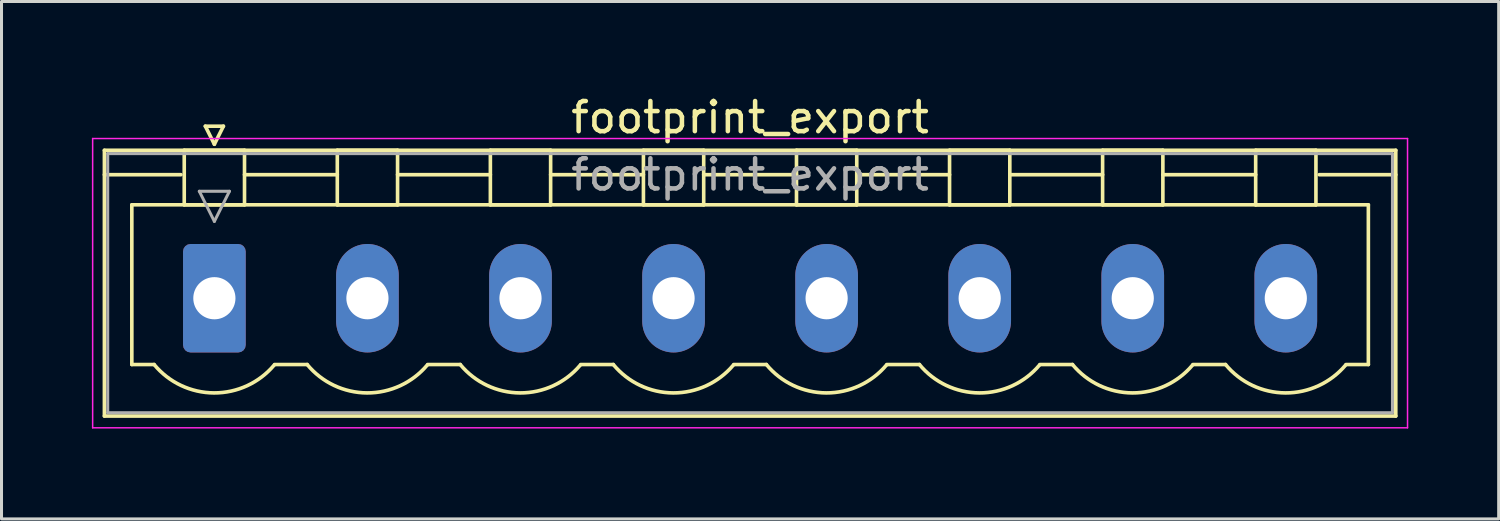
<source format=kicad_pcb>
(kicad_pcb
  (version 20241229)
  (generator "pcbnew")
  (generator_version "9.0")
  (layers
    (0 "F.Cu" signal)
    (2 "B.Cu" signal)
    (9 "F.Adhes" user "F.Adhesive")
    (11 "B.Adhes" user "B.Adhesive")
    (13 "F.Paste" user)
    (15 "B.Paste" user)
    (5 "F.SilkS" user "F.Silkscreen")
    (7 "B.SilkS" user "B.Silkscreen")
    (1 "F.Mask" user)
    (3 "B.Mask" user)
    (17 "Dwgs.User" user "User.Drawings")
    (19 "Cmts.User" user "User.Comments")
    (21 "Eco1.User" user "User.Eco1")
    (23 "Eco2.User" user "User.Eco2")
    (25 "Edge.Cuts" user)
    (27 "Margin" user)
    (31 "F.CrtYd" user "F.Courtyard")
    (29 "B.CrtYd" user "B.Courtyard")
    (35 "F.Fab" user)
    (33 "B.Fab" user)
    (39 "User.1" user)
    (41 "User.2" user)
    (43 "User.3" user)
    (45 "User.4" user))
  (footprint "footprint_export"
    (layer "F.Cu")
    (at 4.065 6.848)
    (property "Reference" "footprint_export" (at 17.78 -6 0) (layer "F.SilkS") (effects (font (size 1 1) (thickness 0.15))))
    (attr through_hole)
    (fp_line (start -3.65 -4.91) (end -3.65 3.91) (stroke (width 0.12) (type solid)) (layer "F.SilkS"))
    (fp_line (start -3.65 -4.1) (end -1.11 -4.1) (stroke (width 0.12) (type solid)) (layer "F.SilkS"))
    (fp_line (start -3.65 3.91) (end 39.21 3.91) (stroke (width 0.12) (type solid)) (layer "F.SilkS"))
    (fp_line (start -2.74 -3.1) (end 38.3 -3.1) (stroke (width 0.12) (type solid)) (layer "F.SilkS"))
    (fp_line (start -2.74 2.2) (end -2.74 -3.1) (stroke (width 0.12) (type solid)) (layer "F.SilkS"))
    (fp_line (start -2 2.2) (end -2.74 2.2) (stroke (width 0.12) (type solid)) (layer "F.SilkS"))
    (fp_line (start -1 -4.91) (end 1 -4.91) (stroke (width 0.12) (type solid)) (layer "F.SilkS"))
    (fp_line (start -1 -3.1) (end -1 -4.91) (stroke (width 0.12) (type solid)) (layer "F.SilkS"))
    (fp_line (start -0.3 -5.71) (end 0.3 -5.71) (stroke (width 0.12) (type solid)) (layer "F.SilkS"))
    (fp_line (start 0 -5.11) (end -0.3 -5.71) (stroke (width 0.12) (type solid)) (layer "F.SilkS"))
    (fp_line (start 0.3 -5.71) (end 0 -5.11) (stroke (width 0.12) (type solid)) (layer "F.SilkS"))
    (fp_line (start 1 -4.91) (end 1 -3.1) (stroke (width 0.12) (type solid)) (layer "F.SilkS"))
    (fp_line (start 1 -4.1) (end 4.08 -4.1) (stroke (width 0.12) (type solid)) (layer "F.SilkS"))
    (fp_line (start 1 -3.1) (end -1 -3.1) (stroke (width 0.12) (type solid)) (layer "F.SilkS"))
    (fp_line (start 2 2.2) (end 3.08 2.2) (stroke (width 0.12) (type solid)) (layer "F.SilkS"))
    (fp_line (start 4.08 -4.91) (end 6.08 -4.91) (stroke (width 0.12) (type solid)) (layer "F.SilkS"))
    (fp_line (start 4.08 -3.1) (end 4.08 -4.91) (stroke (width 0.12) (type solid)) (layer "F.SilkS"))
    (fp_line (start 6.08 -4.91) (end 6.08 -3.1) (stroke (width 0.12) (type solid)) (layer "F.SilkS"))
    (fp_line (start 6.08 -4.1) (end 9.16 -4.1) (stroke (width 0.12) (type solid)) (layer "F.SilkS"))
    (fp_line (start 6.08 -3.1) (end 4.08 -3.1) (stroke (width 0.12) (type solid)) (layer "F.SilkS"))
    (fp_line (start 7.08 2.2) (end 8.16 2.2) (stroke (width 0.12) (type solid)) (layer "F.SilkS"))
    (fp_line (start 9.16 -4.91) (end 11.16 -4.91) (stroke (width 0.12) (type solid)) (layer "F.SilkS"))
    (fp_line (start 9.16 -3.1) (end 9.16 -4.91) (stroke (width 0.12) (type solid)) (layer "F.SilkS"))
    (fp_line (start 11.16 -4.91) (end 11.16 -3.1) (stroke (width 0.12) (type solid)) (layer "F.SilkS"))
    (fp_line (start 11.16 -4.1) (end 14.24 -4.1) (stroke (width 0.12) (type solid)) (layer "F.SilkS"))
    (fp_line (start 11.16 -3.1) (end 9.16 -3.1) (stroke (width 0.12) (type solid)) (layer "F.SilkS"))
    (fp_line (start 12.16 2.2) (end 13.24 2.2) (stroke (width 0.12) (type solid)) (layer "F.SilkS"))
    (fp_line (start 14.24 -4.91) (end 16.24 -4.91) (stroke (width 0.12) (type solid)) (layer "F.SilkS"))
    (fp_line (start 14.24 -3.1) (end 14.24 -4.91) (stroke (width 0.12) (type solid)) (layer "F.SilkS"))
    (fp_line (start 16.24 -4.91) (end 16.24 -3.1) (stroke (width 0.12) (type solid)) (layer "F.SilkS"))
    (fp_line (start 16.24 -4.1) (end 19.32 -4.1) (stroke (width 0.12) (type solid)) (layer "F.SilkS"))
    (fp_line (start 16.24 -3.1) (end 14.24 -3.1) (stroke (width 0.12) (type solid)) (layer "F.SilkS"))
    (fp_line (start 17.24 2.2) (end 18.32 2.2) (stroke (width 0.12) (type solid)) (layer "F.SilkS"))
    (fp_line (start 19.32 -4.91) (end 21.32 -4.91) (stroke (width 0.12) (type solid)) (layer "F.SilkS"))
    (fp_line (start 19.32 -3.1) (end 19.32 -4.91) (stroke (width 0.12) (type solid)) (layer "F.SilkS"))
    (fp_line (start 21.32 -4.91) (end 21.32 -3.1) (stroke (width 0.12) (type solid)) (layer "F.SilkS"))
    (fp_line (start 21.32 -4.1) (end 24.4 -4.1) (stroke (width 0.12) (type solid)) (layer "F.SilkS"))
    (fp_line (start 21.32 -3.1) (end 19.32 -3.1) (stroke (width 0.12) (type solid)) (layer "F.SilkS"))
    (fp_line (start 22.32 2.2) (end 23.4 2.2) (stroke (width 0.12) (type solid)) (layer "F.SilkS"))
    (fp_line (start 24.4 -4.91) (end 26.4 -4.91) (stroke (width 0.12) (type solid)) (layer "F.SilkS"))
    (fp_line (start 24.4 -3.1) (end 24.4 -4.91) (stroke (width 0.12) (type solid)) (layer "F.SilkS"))
    (fp_line (start 26.4 -4.91) (end 26.4 -3.1) (stroke (width 0.12) (type solid)) (layer "F.SilkS"))
    (fp_line (start 26.4 -4.1) (end 29.48 -4.1) (stroke (width 0.12) (type solid)) (layer "F.SilkS"))
    (fp_line (start 26.4 -3.1) (end 24.4 -3.1) (stroke (width 0.12) (type solid)) (layer "F.SilkS"))
    (fp_line (start 27.4 2.2) (end 28.48 2.2) (stroke (width 0.12) (type solid)) (layer "F.SilkS"))
    (fp_line (start 29.48 -4.91) (end 31.48 -4.91) (stroke (width 0.12) (type solid)) (layer "F.SilkS"))
    (fp_line (start 29.48 -3.1) (end 29.48 -4.91) (stroke (width 0.12) (type solid)) (layer "F.SilkS"))
    (fp_line (start 31.48 -4.91) (end 31.48 -3.1) (stroke (width 0.12) (type solid)) (layer "F.SilkS"))
    (fp_line (start 31.48 -4.1) (end 34.56 -4.1) (stroke (width 0.12) (type solid)) (layer "F.SilkS"))
    (fp_line (start 31.48 -3.1) (end 29.48 -3.1) (stroke (width 0.12) (type solid)) (layer "F.SilkS"))
    (fp_line (start 32.48 2.2) (end 33.56 2.2) (stroke (width 0.12) (type solid)) (layer "F.SilkS"))
    (fp_line (start 34.56 -4.91) (end 36.56 -4.91) (stroke (width 0.12) (type solid)) (layer "F.SilkS"))
    (fp_line (start 34.56 -3.1) (end 34.56 -4.91) (stroke (width 0.12) (type solid)) (layer "F.SilkS"))
    (fp_line (start 36.56 -4.91) (end 36.56 -3.1) (stroke (width 0.12) (type solid)) (layer "F.SilkS"))
    (fp_line (start 36.56 -3.1) (end 34.56 -3.1) (stroke (width 0.12) (type solid)) (layer "F.SilkS"))
    (fp_line (start 38.3 -3.1) (end 38.3 2.2) (stroke (width 0.12) (type solid)) (layer "F.SilkS"))
    (fp_line (start 38.3 2.2) (end 37.56 2.2) (stroke (width 0.12) (type solid)) (layer "F.SilkS"))
    (fp_line (start 39.21 -4.91) (end -3.65 -4.91) (stroke (width 0.12) (type solid)) (layer "F.SilkS"))
    (fp_line (start 39.21 -4.1) (end 36.67 -4.1) (stroke (width 0.12) (type solid)) (layer "F.SilkS"))
    (fp_line (start 39.21 3.91) (end 39.21 -4.91) (stroke (width 0.12) (type solid)) (layer "F.SilkS"))
    (fp_arc (start 1.986842 2.215821) (mid -0.010289 3.142758) (end -2 2.2) (stroke (width 0.12) (type solid)) (layer "F.SilkS"))
    (fp_arc (start 7.066842 2.215821) (mid 5.069711 3.142758) (end 3.08 2.2) (stroke (width 0.12) (type solid)) (layer "F.SilkS"))
    (fp_arc (start 12.146842 2.215821) (mid 10.149711 3.142758) (end 8.16 2.2) (stroke (width 0.12) (type solid)) (layer "F.SilkS"))
    (fp_arc (start 17.226842 2.215821) (mid 15.229711 3.142758) (end 13.24 2.2) (stroke (width 0.12) (type solid)) (layer "F.SilkS"))
    (fp_arc (start 22.306842 2.215821) (mid 20.309711 3.142758) (end 18.32 2.2) (stroke (width 0.12) (type solid)) (layer "F.SilkS"))
    (fp_arc (start 27.386842 2.215821) (mid 25.389711 3.142758) (end 23.4 2.2) (stroke (width 0.12) (type solid)) (layer "F.SilkS"))
    (fp_arc (start 32.466842 2.215821) (mid 30.469711 3.142758) (end 28.48 2.2) (stroke (width 0.12) (type solid)) (layer "F.SilkS"))
    (fp_arc (start 37.546842 2.215821) (mid 35.549711 3.142758) (end 33.56 2.2) (stroke (width 0.12) (type solid)) (layer "F.SilkS"))
    (fp_line (start -4.04 -5.3) (end -4.04 4.3) (stroke (width 0.05) (type solid)) (layer "F.CrtYd"))
    (fp_line (start -4.04 4.3) (end 39.6 4.3) (stroke (width 0.05) (type solid)) (layer "F.CrtYd"))
    (fp_line (start 39.6 -5.3) (end -4.04 -5.3) (stroke (width 0.05) (type solid)) (layer "F.CrtYd"))
    (fp_line (start 39.6 4.3) (end 39.6 -5.3) (stroke (width 0.05) (type solid)) (layer "F.CrtYd"))
    (fp_line (start -3.54 -4.8) (end -3.54 3.8) (stroke (width 0.1) (type solid)) (layer "F.Fab"))
    (fp_line (start -3.54 3.8) (end 39.1 3.8) (stroke (width 0.1) (type solid)) (layer "F.Fab"))
    (fp_line (start -0.5 -3.55) (end 0.5 -3.55) (stroke (width 0.1) (type solid)) (layer "F.Fab"))
    (fp_line (start 0 -2.55) (end -0.5 -3.55) (stroke (width 0.1) (type solid)) (layer "F.Fab"))
    (fp_line (start 0.5 -3.55) (end 0 -2.55) (stroke (width 0.1) (type solid)) (layer "F.Fab"))
    (fp_line (start 39.1 -4.8) (end -3.54 -4.8) (stroke (width 0.1) (type solid)) (layer "F.Fab"))
    (fp_line (start 39.1 3.8) (end 39.1 -4.8) (stroke (width 0.1) (type solid)) (layer "F.Fab"))
    (fp_text user "${REFERENCE}" (at 17.78 -4.1 0) (layer "F.Fab") (effects (font (size 1 1) (thickness 0.15))))
    (pad "1" thru_hole roundrect (at 0 0) (size 2.08 3.6) (drill 1.4) (layers "*.Cu" "*.Mask") (roundrect_rratio 0.12))
    (pad "2" thru_hole oval (at 5.08 0) (size 2.08 3.6) (drill 1.4) (layers "*.Cu" "*.Mask"))
    (pad "3" thru_hole oval (at 10.16 0) (size 2.08 3.6) (drill 1.4) (layers "*.Cu" "*.Mask"))
    (pad "4" thru_hole oval (at 15.24 0) (size 2.08 3.6) (drill 1.4) (layers "*.Cu" "*.Mask"))
    (pad "5" thru_hole oval (at 20.32 0) (size 2.08 3.6) (drill 1.4) (layers "*.Cu" "*.Mask"))
    (pad "6" thru_hole oval (at 25.4 0) (size 2.08 3.6) (drill 1.4) (layers "*.Cu" "*.Mask"))
    (pad "7" thru_hole oval (at 30.48 0) (size 2.08 3.6) (drill 1.4) (layers "*.Cu" "*.Mask"))
    (pad "8" thru_hole oval (at 35.56 0) (size 2.08 3.6) (drill 1.4) (layers "*.Cu" "*.Mask")))
  (gr_rect
    (start -3 -3)
    (end 46.69 14.173)
    (stroke (width 0.1) (type default))
    (fill no)
    (layer "Edge.Cuts")))
</source>
